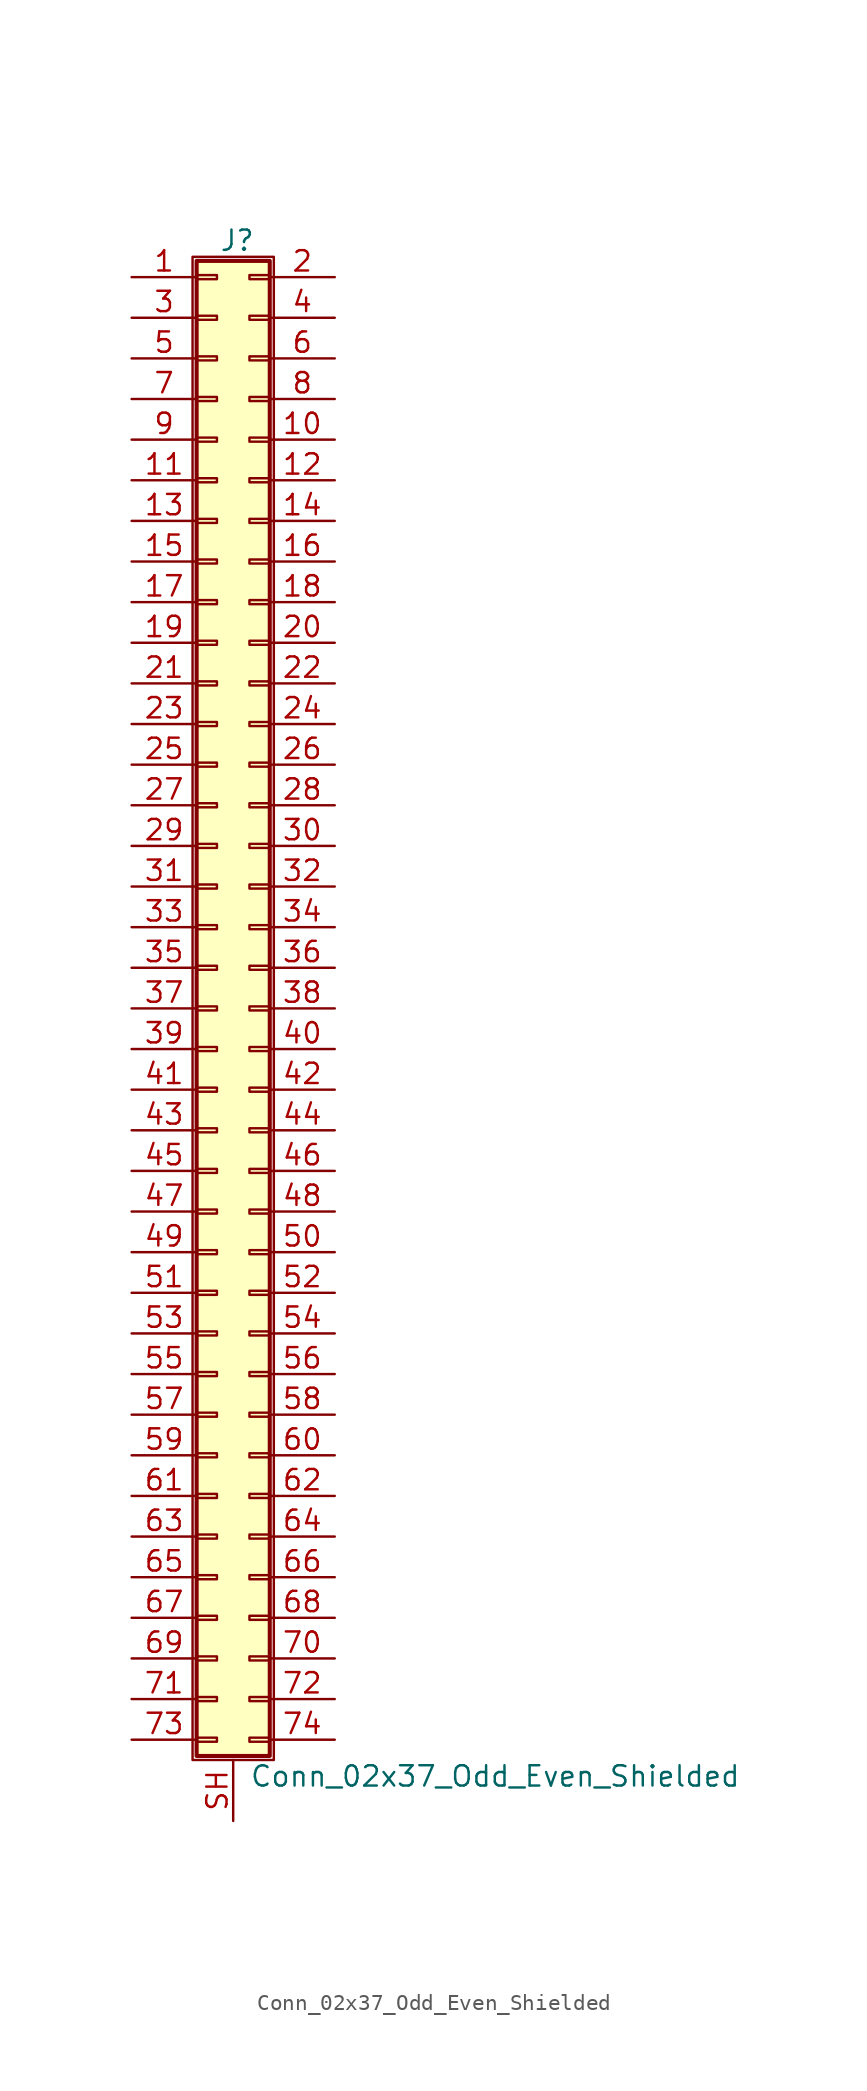
<source format=kicad_sym>
(kicad_symbol_lib
  (version 20201005)
  (generator kicad_symbol_editor)
  (symbol "Conn_02x37_Odd_Even_Shielded"
    (pin_names
      (offset 1.016) hide)
    (property "Reference" "J"
      (at 1.524 48.006 0)
      (effects (font (size 1.27 1.27))))
    (property "Value" "Conn_02x37_Odd_Even_Shielded"
      (at 2.286 -48.006 0)
      (effects (font (size 1.27 1.27)) (justify left)))
    (symbol "Conn_02x37_Odd_Even_Shielded_1_1"
      (rectangle (start -1.27 46.99) (end 3.81 -46.99) (stroke (width 0.152)) (fill (type none)))
      (rectangle (start -1.016 -45.593) (end 0.254 -45.847) (stroke (width 0.152)) (fill (type none)))
      (rectangle (start -1.016 -43.053) (end 0.254 -43.307) (stroke (width 0.152)) (fill (type none)))
      (rectangle (start -1.016 -40.513) (end 0.254 -40.767) (stroke (width 0.152)) (fill (type none)))
      (rectangle (start -1.016 -37.973) (end 0.254 -38.227) (stroke (width 0.152)) (fill (type none)))
      (rectangle (start -1.016 -35.433) (end 0.254 -35.687) (stroke (width 0.152)) (fill (type none)))
      (rectangle (start -1.016 -32.893) (end 0.254 -33.147) (stroke (width 0.152)) (fill (type none)))
      (rectangle (start -1.016 -30.353) (end 0.254 -30.607) (stroke (width 0.152)) (fill (type none)))
      (rectangle (start -1.016 -27.813) (end 0.254 -28.067) (stroke (width 0.152)) (fill (type none)))
      (rectangle (start -1.016 -25.273) (end 0.254 -25.527) (stroke (width 0.152)) (fill (type none)))
      (rectangle (start -1.016 -22.733) (end 0.254 -22.987) (stroke (width 0.152)) (fill (type none)))
      (rectangle (start -1.016 -20.193) (end 0.254 -20.447) (stroke (width 0.152)) (fill (type none)))
      (rectangle (start -1.016 -17.653) (end 0.254 -17.907) (stroke (width 0.152)) (fill (type none)))
      (rectangle (start -1.016 -15.113) (end 0.254 -15.367) (stroke (width 0.152)) (fill (type none)))
      (rectangle (start -1.016 -12.573) (end 0.254 -12.827) (stroke (width 0.152)) (fill (type none)))
      (rectangle (start -1.016 -10.033) (end 0.254 -10.287) (stroke (width 0.152)) (fill (type none)))
      (rectangle (start -1.016 -7.493) (end 0.254 -7.747) (stroke (width 0.152)) (fill (type none)))
      (rectangle (start -1.016 -4.953) (end 0.254 -5.207) (stroke (width 0.152)) (fill (type none)))
      (rectangle (start -1.016 -2.413) (end 0.254 -2.667) (stroke (width 0.152)) (fill (type none)))
      (rectangle (start -1.016 0.127) (end 0.254 -0.127) (stroke (width 0.152)) (fill (type none)))
      (rectangle (start -1.016 2.667) (end 0.254 2.413) (stroke (width 0.152)) (fill (type none)))
      (rectangle (start -1.016 5.207) (end 0.254 4.953) (stroke (width 0.152)) (fill (type none)))
      (rectangle (start -1.016 7.747) (end 0.254 7.493) (stroke (width 0.152)) (fill (type none)))
      (rectangle (start -1.016 10.287) (end 0.254 10.033) (stroke (width 0.152)) (fill (type none)))
      (rectangle (start -1.016 12.827) (end 0.254 12.573) (stroke (width 0.152)) (fill (type none)))
      (rectangle (start -1.016 15.367) (end 0.254 15.113) (stroke (width 0.152)) (fill (type none)))
      (rectangle (start -1.016 17.907) (end 0.254 17.653) (stroke (width 0.152)) (fill (type none)))
      (rectangle (start -1.016 20.447) (end 0.254 20.193) (stroke (width 0.152)) (fill (type none)))
      (rectangle (start -1.016 22.987) (end 0.254 22.733) (stroke (width 0.152)) (fill (type none)))
      (rectangle (start -1.016 25.527) (end 0.254 25.273) (stroke (width 0.152)) (fill (type none)))
      (rectangle (start -1.016 28.067) (end 0.254 27.813) (stroke (width 0.152)) (fill (type none)))
      (rectangle (start -1.016 30.607) (end 0.254 30.353) (stroke (width 0.152)) (fill (type none)))
      (rectangle (start -1.016 33.147) (end 0.254 32.893) (stroke (width 0.152)) (fill (type none)))
      (rectangle (start -1.016 35.687) (end 0.254 35.433) (stroke (width 0.152)) (fill (type none)))
      (rectangle (start -1.016 38.227) (end 0.254 37.973) (stroke (width 0.152)) (fill (type none)))
      (rectangle (start -1.016 40.767) (end 0.254 40.513) (stroke (width 0.152)) (fill (type none)))
      (rectangle (start -1.016 43.307) (end 0.254 43.053) (stroke (width 0.152)) (fill (type none)))
      (rectangle (start -1.016 45.847) (end 0.254 45.593) (stroke (width 0.152)) (fill (type none)))
      (rectangle (start -1.016 46.736) (end 3.556 -46.736) (stroke (width 0.254)) (fill (type background)))
      (rectangle (start 3.556 -45.593) (end 2.286 -45.847) (stroke (width 0.152)) (fill (type none)))
      (rectangle (start 3.556 -43.053) (end 2.286 -43.307) (stroke (width 0.152)) (fill (type none)))
      (rectangle (start 3.556 -40.513) (end 2.286 -40.767) (stroke (width 0.152)) (fill (type none)))
      (rectangle (start 3.556 -37.973) (end 2.286 -38.227) (stroke (width 0.152)) (fill (type none)))
      (rectangle (start 3.556 -35.433) (end 2.286 -35.687) (stroke (width 0.152)) (fill (type none)))
      (rectangle (start 3.556 -32.893) (end 2.286 -33.147) (stroke (width 0.152)) (fill (type none)))
      (rectangle (start 3.556 -30.353) (end 2.286 -30.607) (stroke (width 0.152)) (fill (type none)))
      (rectangle (start 3.556 -27.813) (end 2.286 -28.067) (stroke (width 0.152)) (fill (type none)))
      (rectangle (start 3.556 -25.273) (end 2.286 -25.527) (stroke (width 0.152)) (fill (type none)))
      (rectangle (start 3.556 -22.733) (end 2.286 -22.987) (stroke (width 0.152)) (fill (type none)))
      (rectangle (start 3.556 -20.193) (end 2.286 -20.447) (stroke (width 0.152)) (fill (type none)))
      (rectangle (start 3.556 -17.653) (end 2.286 -17.907) (stroke (width 0.152)) (fill (type none)))
      (rectangle (start 3.556 -15.113) (end 2.286 -15.367) (stroke (width 0.152)) (fill (type none)))
      (rectangle (start 3.556 -12.573) (end 2.286 -12.827) (stroke (width 0.152)) (fill (type none)))
      (rectangle (start 3.556 -10.033) (end 2.286 -10.287) (stroke (width 0.152)) (fill (type none)))
      (rectangle (start 3.556 -7.493) (end 2.286 -7.747) (stroke (width 0.152)) (fill (type none)))
      (rectangle (start 3.556 -4.953) (end 2.286 -5.207) (stroke (width 0.152)) (fill (type none)))
      (rectangle (start 3.556 -2.413) (end 2.286 -2.667) (stroke (width 0.152)) (fill (type none)))
      (rectangle (start 3.556 0.127) (end 2.286 -0.127) (stroke (width 0.152)) (fill (type none)))
      (rectangle (start 3.556 2.667) (end 2.286 2.413) (stroke (width 0.152)) (fill (type none)))
      (rectangle (start 3.556 5.207) (end 2.286 4.953) (stroke (width 0.152)) (fill (type none)))
      (rectangle (start 3.556 7.747) (end 2.286 7.493) (stroke (width 0.152)) (fill (type none)))
      (rectangle (start 3.556 10.287) (end 2.286 10.033) (stroke (width 0.152)) (fill (type none)))
      (rectangle (start 3.556 12.827) (end 2.286 12.573) (stroke (width 0.152)) (fill (type none)))
      (rectangle (start 3.556 15.367) (end 2.286 15.113) (stroke (width 0.152)) (fill (type none)))
      (rectangle (start 3.556 17.907) (end 2.286 17.653) (stroke (width 0.152)) (fill (type none)))
      (rectangle (start 3.556 20.447) (end 2.286 20.193) (stroke (width 0.152)) (fill (type none)))
      (rectangle (start 3.556 22.987) (end 2.286 22.733) (stroke (width 0.152)) (fill (type none)))
      (rectangle (start 3.556 25.527) (end 2.286 25.273) (stroke (width 0.152)) (fill (type none)))
      (rectangle (start 3.556 28.067) (end 2.286 27.813) (stroke (width 0.152)) (fill (type none)))
      (rectangle (start 3.556 30.607) (end 2.286 30.353) (stroke (width 0.152)) (fill (type none)))
      (rectangle (start 3.556 33.147) (end 2.286 32.893) (stroke (width 0.152)) (fill (type none)))
      (rectangle (start 3.556 35.687) (end 2.286 35.433) (stroke (width 0.152)) (fill (type none)))
      (rectangle (start 3.556 38.227) (end 2.286 37.973) (stroke (width 0.152)) (fill (type none)))
      (rectangle (start 3.556 40.767) (end 2.286 40.513) (stroke (width 0.152)) (fill (type none)))
      (rectangle (start 3.556 43.307) (end 2.286 43.053) (stroke (width 0.152)) (fill (type none)))
      (rectangle (start 3.556 45.847) (end 2.286 45.593) (stroke (width 0.152)) (fill (type none)))
      (pin passive line (at -5.08 45.72 0) (length 4.064) (name "Pin_1" (effects (font (size 1.27 1.27)))) (number "1" (effects (font (size 1.27 1.27)))))
      (pin passive line (at 7.62 35.56 180) (length 4.064) (name "Pin_10" (effects (font (size 1.27 1.27)))) (number "10" (effects (font (size 1.27 1.27)))))
      (pin passive line (at -5.08 33.02 0) (length 4.064) (name "Pin_11" (effects (font (size 1.27 1.27)))) (number "11" (effects (font (size 1.27 1.27)))))
      (pin passive line (at 7.62 33.02 180) (length 4.064) (name "Pin_12" (effects (font (size 1.27 1.27)))) (number "12" (effects (font (size 1.27 1.27)))))
      (pin passive line (at -5.08 30.48 0) (length 4.064) (name "Pin_13" (effects (font (size 1.27 1.27)))) (number "13" (effects (font (size 1.27 1.27)))))
      (pin passive line (at 7.62 30.48 180) (length 4.064) (name "Pin_14" (effects (font (size 1.27 1.27)))) (number "14" (effects (font (size 1.27 1.27)))))
      (pin passive line (at -5.08 27.94 0) (length 4.064) (name "Pin_15" (effects (font (size 1.27 1.27)))) (number "15" (effects (font (size 1.27 1.27)))))
      (pin passive line (at 7.62 27.94 180) (length 4.064) (name "Pin_16" (effects (font (size 1.27 1.27)))) (number "16" (effects (font (size 1.27 1.27)))))
      (pin passive line (at -5.08 25.4 0) (length 4.064) (name "Pin_17" (effects (font (size 1.27 1.27)))) (number "17" (effects (font (size 1.27 1.27)))))
      (pin passive line (at 7.62 25.4 180) (length 4.064) (name "Pin_18" (effects (font (size 1.27 1.27)))) (number "18" (effects (font (size 1.27 1.27)))))
      (pin passive line (at -5.08 22.86 0) (length 4.064) (name "Pin_19" (effects (font (size 1.27 1.27)))) (number "19" (effects (font (size 1.27 1.27)))))
      (pin passive line (at 7.62 45.72 180) (length 4.064) (name "Pin_2" (effects (font (size 1.27 1.27)))) (number "2" (effects (font (size 1.27 1.27)))))
      (pin passive line (at 7.62 22.86 180) (length 4.064) (name "Pin_20" (effects (font (size 1.27 1.27)))) (number "20" (effects (font (size 1.27 1.27)))))
      (pin passive line (at -5.08 20.32 0) (length 4.064) (name "Pin_21" (effects (font (size 1.27 1.27)))) (number "21" (effects (font (size 1.27 1.27)))))
      (pin passive line (at 7.62 20.32 180) (length 4.064) (name "Pin_22" (effects (font (size 1.27 1.27)))) (number "22" (effects (font (size 1.27 1.27)))))
      (pin passive line (at -5.08 17.78 0) (length 4.064) (name "Pin_23" (effects (font (size 1.27 1.27)))) (number "23" (effects (font (size 1.27 1.27)))))
      (pin passive line (at 7.62 17.78 180) (length 4.064) (name "Pin_24" (effects (font (size 1.27 1.27)))) (number "24" (effects (font (size 1.27 1.27)))))
      (pin passive line (at -5.08 15.24 0) (length 4.064) (name "Pin_25" (effects (font (size 1.27 1.27)))) (number "25" (effects (font (size 1.27 1.27)))))
      (pin passive line (at 7.62 15.24 180) (length 4.064) (name "Pin_26" (effects (font (size 1.27 1.27)))) (number "26" (effects (font (size 1.27 1.27)))))
      (pin passive line (at -5.08 12.7 0) (length 4.064) (name "Pin_27" (effects (font (size 1.27 1.27)))) (number "27" (effects (font (size 1.27 1.27)))))
      (pin passive line (at 7.62 12.7 180) (length 4.064) (name "Pin_28" (effects (font (size 1.27 1.27)))) (number "28" (effects (font (size 1.27 1.27)))))
      (pin passive line (at -5.08 10.16 0) (length 4.064) (name "Pin_29" (effects (font (size 1.27 1.27)))) (number "29" (effects (font (size 1.27 1.27)))))
      (pin passive line (at -5.08 43.18 0) (length 4.064) (name "Pin_3" (effects (font (size 1.27 1.27)))) (number "3" (effects (font (size 1.27 1.27)))))
      (pin passive line (at 7.62 10.16 180) (length 4.064) (name "Pin_30" (effects (font (size 1.27 1.27)))) (number "30" (effects (font (size 1.27 1.27)))))
      (pin passive line (at -5.08 7.62 0) (length 4.064) (name "Pin_31" (effects (font (size 1.27 1.27)))) (number "31" (effects (font (size 1.27 1.27)))))
      (pin passive line (at 7.62 7.62 180) (length 4.064) (name "Pin_32" (effects (font (size 1.27 1.27)))) (number "32" (effects (font (size 1.27 1.27)))))
      (pin passive line (at -5.08 5.08 0) (length 4.064) (name "Pin_33" (effects (font (size 1.27 1.27)))) (number "33" (effects (font (size 1.27 1.27)))))
      (pin passive line (at 7.62 5.08 180) (length 4.064) (name "Pin_34" (effects (font (size 1.27 1.27)))) (number "34" (effects (font (size 1.27 1.27)))))
      (pin passive line (at -5.08 2.54 0) (length 4.064) (name "Pin_35" (effects (font (size 1.27 1.27)))) (number "35" (effects (font (size 1.27 1.27)))))
      (pin passive line (at 7.62 2.54 180) (length 4.064) (name "Pin_36" (effects (font (size 1.27 1.27)))) (number "36" (effects (font (size 1.27 1.27)))))
      (pin passive line (at -5.08 0 0) (length 4.064) (name "Pin_37" (effects (font (size 1.27 1.27)))) (number "37" (effects (font (size 1.27 1.27)))))
      (pin passive line (at 7.62 0 180) (length 4.064) (name "Pin_38" (effects (font (size 1.27 1.27)))) (number "38" (effects (font (size 1.27 1.27)))))
      (pin passive line (at -5.08 -2.54 0) (length 4.064) (name "Pin_39" (effects (font (size 1.27 1.27)))) (number "39" (effects (font (size 1.27 1.27)))))
      (pin passive line (at 7.62 43.18 180) (length 4.064) (name "Pin_4" (effects (font (size 1.27 1.27)))) (number "4" (effects (font (size 1.27 1.27)))))
      (pin passive line (at 7.62 -2.54 180) (length 4.064) (name "Pin_40" (effects (font (size 1.27 1.27)))) (number "40" (effects (font (size 1.27 1.27)))))
      (pin passive line (at -5.08 -5.08 0) (length 4.064) (name "Pin_41" (effects (font (size 1.27 1.27)))) (number "41" (effects (font (size 1.27 1.27)))))
      (pin passive line (at 7.62 -5.08 180) (length 4.064) (name "Pin_42" (effects (font (size 1.27 1.27)))) (number "42" (effects (font (size 1.27 1.27)))))
      (pin passive line (at -5.08 -7.62 0) (length 4.064) (name "Pin_43" (effects (font (size 1.27 1.27)))) (number "43" (effects (font (size 1.27 1.27)))))
      (pin passive line (at 7.62 -7.62 180) (length 4.064) (name "Pin_44" (effects (font (size 1.27 1.27)))) (number "44" (effects (font (size 1.27 1.27)))))
      (pin passive line (at -5.08 -10.16 0) (length 4.064) (name "Pin_45" (effects (font (size 1.27 1.27)))) (number "45" (effects (font (size 1.27 1.27)))))
      (pin passive line (at 7.62 -10.16 180) (length 4.064) (name "Pin_46" (effects (font (size 1.27 1.27)))) (number "46" (effects (font (size 1.27 1.27)))))
      (pin passive line (at -5.08 -12.7 0) (length 4.064) (name "Pin_47" (effects (font (size 1.27 1.27)))) (number "47" (effects (font (size 1.27 1.27)))))
      (pin passive line (at 7.62 -12.7 180) (length 4.064) (name "Pin_48" (effects (font (size 1.27 1.27)))) (number "48" (effects (font (size 1.27 1.27)))))
      (pin passive line (at -5.08 -15.24 0) (length 4.064) (name "Pin_49" (effects (font (size 1.27 1.27)))) (number "49" (effects (font (size 1.27 1.27)))))
      (pin passive line (at -5.08 40.64 0) (length 4.064) (name "Pin_5" (effects (font (size 1.27 1.27)))) (number "5" (effects (font (size 1.27 1.27)))))
      (pin passive line (at 7.62 -15.24 180) (length 4.064) (name "Pin_50" (effects (font (size 1.27 1.27)))) (number "50" (effects (font (size 1.27 1.27)))))
      (pin passive line (at -5.08 -17.78 0) (length 4.064) (name "Pin_51" (effects (font (size 1.27 1.27)))) (number "51" (effects (font (size 1.27 1.27)))))
      (pin passive line (at 7.62 -17.78 180) (length 4.064) (name "Pin_52" (effects (font (size 1.27 1.27)))) (number "52" (effects (font (size 1.27 1.27)))))
      (pin passive line (at -5.08 -20.32 0) (length 4.064) (name "Pin_53" (effects (font (size 1.27 1.27)))) (number "53" (effects (font (size 1.27 1.27)))))
      (pin passive line (at 7.62 -20.32 180) (length 4.064) (name "Pin_54" (effects (font (size 1.27 1.27)))) (number "54" (effects (font (size 1.27 1.27)))))
      (pin passive line (at -5.08 -22.86 0) (length 4.064) (name "Pin_55" (effects (font (size 1.27 1.27)))) (number "55" (effects (font (size 1.27 1.27)))))
      (pin passive line (at 7.62 -22.86 180) (length 4.064) (name "Pin_56" (effects (font (size 1.27 1.27)))) (number "56" (effects (font (size 1.27 1.27)))))
      (pin passive line (at -5.08 -25.4 0) (length 4.064) (name "Pin_57" (effects (font (size 1.27 1.27)))) (number "57" (effects (font (size 1.27 1.27)))))
      (pin passive line (at 7.62 -25.4 180) (length 4.064) (name "Pin_58" (effects (font (size 1.27 1.27)))) (number "58" (effects (font (size 1.27 1.27)))))
      (pin passive line (at -5.08 -27.94 0) (length 4.064) (name "Pin_59" (effects (font (size 1.27 1.27)))) (number "59" (effects (font (size 1.27 1.27)))))
      (pin passive line (at 7.62 40.64 180) (length 4.064) (name "Pin_6" (effects (font (size 1.27 1.27)))) (number "6" (effects (font (size 1.27 1.27)))))
      (pin passive line (at 7.62 -27.94 180) (length 4.064) (name "Pin_60" (effects (font (size 1.27 1.27)))) (number "60" (effects (font (size 1.27 1.27)))))
      (pin passive line (at -5.08 -30.48 0) (length 4.064) (name "Pin_61" (effects (font (size 1.27 1.27)))) (number "61" (effects (font (size 1.27 1.27)))))
      (pin passive line (at 7.62 -30.48 180) (length 4.064) (name "Pin_62" (effects (font (size 1.27 1.27)))) (number "62" (effects (font (size 1.27 1.27)))))
      (pin passive line (at -5.08 -33.02 0) (length 4.064) (name "Pin_63" (effects (font (size 1.27 1.27)))) (number "63" (effects (font (size 1.27 1.27)))))
      (pin passive line (at 7.62 -33.02 180) (length 4.064) (name "Pin_64" (effects (font (size 1.27 1.27)))) (number "64" (effects (font (size 1.27 1.27)))))
      (pin passive line (at -5.08 -35.56 0) (length 4.064) (name "Pin_65" (effects (font (size 1.27 1.27)))) (number "65" (effects (font (size 1.27 1.27)))))
      (pin passive line (at 7.62 -35.56 180) (length 4.064) (name "Pin_66" (effects (font (size 1.27 1.27)))) (number "66" (effects (font (size 1.27 1.27)))))
      (pin passive line (at -5.08 -38.1 0) (length 4.064) (name "Pin_67" (effects (font (size 1.27 1.27)))) (number "67" (effects (font (size 1.27 1.27)))))
      (pin passive line (at 7.62 -38.1 180) (length 4.064) (name "Pin_68" (effects (font (size 1.27 1.27)))) (number "68" (effects (font (size 1.27 1.27)))))
      (pin passive line (at -5.08 -40.64 0) (length 4.064) (name "Pin_69" (effects (font (size 1.27 1.27)))) (number "69" (effects (font (size 1.27 1.27)))))
      (pin passive line (at -5.08 38.1 0) (length 4.064) (name "Pin_7" (effects (font (size 1.27 1.27)))) (number "7" (effects (font (size 1.27 1.27)))))
      (pin passive line (at 7.62 -40.64 180) (length 4.064) (name "Pin_70" (effects (font (size 1.27 1.27)))) (number "70" (effects (font (size 1.27 1.27)))))
      (pin passive line (at -5.08 -43.18 0) (length 4.064) (name "Pin_71" (effects (font (size 1.27 1.27)))) (number "71" (effects (font (size 1.27 1.27)))))
      (pin passive line (at 7.62 -43.18 180) (length 4.064) (name "Pin_72" (effects (font (size 1.27 1.27)))) (number "72" (effects (font (size 1.27 1.27)))))
      (pin passive line (at -5.08 -45.72 0) (length 4.064) (name "Pin_73" (effects (font (size 1.27 1.27)))) (number "73" (effects (font (size 1.27 1.27)))))
      (pin passive line (at 7.62 -45.72 180) (length 4.064) (name "Pin_74" (effects (font (size 1.27 1.27)))) (number "74" (effects (font (size 1.27 1.27)))))
      (pin passive line (at 7.62 38.1 180) (length 4.064) (name "Pin_8" (effects (font (size 1.27 1.27)))) (number "8" (effects (font (size 1.27 1.27)))))
      (pin passive line (at -5.08 35.56 0) (length 4.064) (name "Pin_9" (effects (font (size 1.27 1.27)))) (number "9" (effects (font (size 1.27 1.27)))))
      (pin passive line (at 1.27 -50.8 90) (length 3.81) (name "Shield" (effects (font (size 1.27 1.27)))) (number "SH" (effects (font (size 1.27 1.27))))))))
</source>
